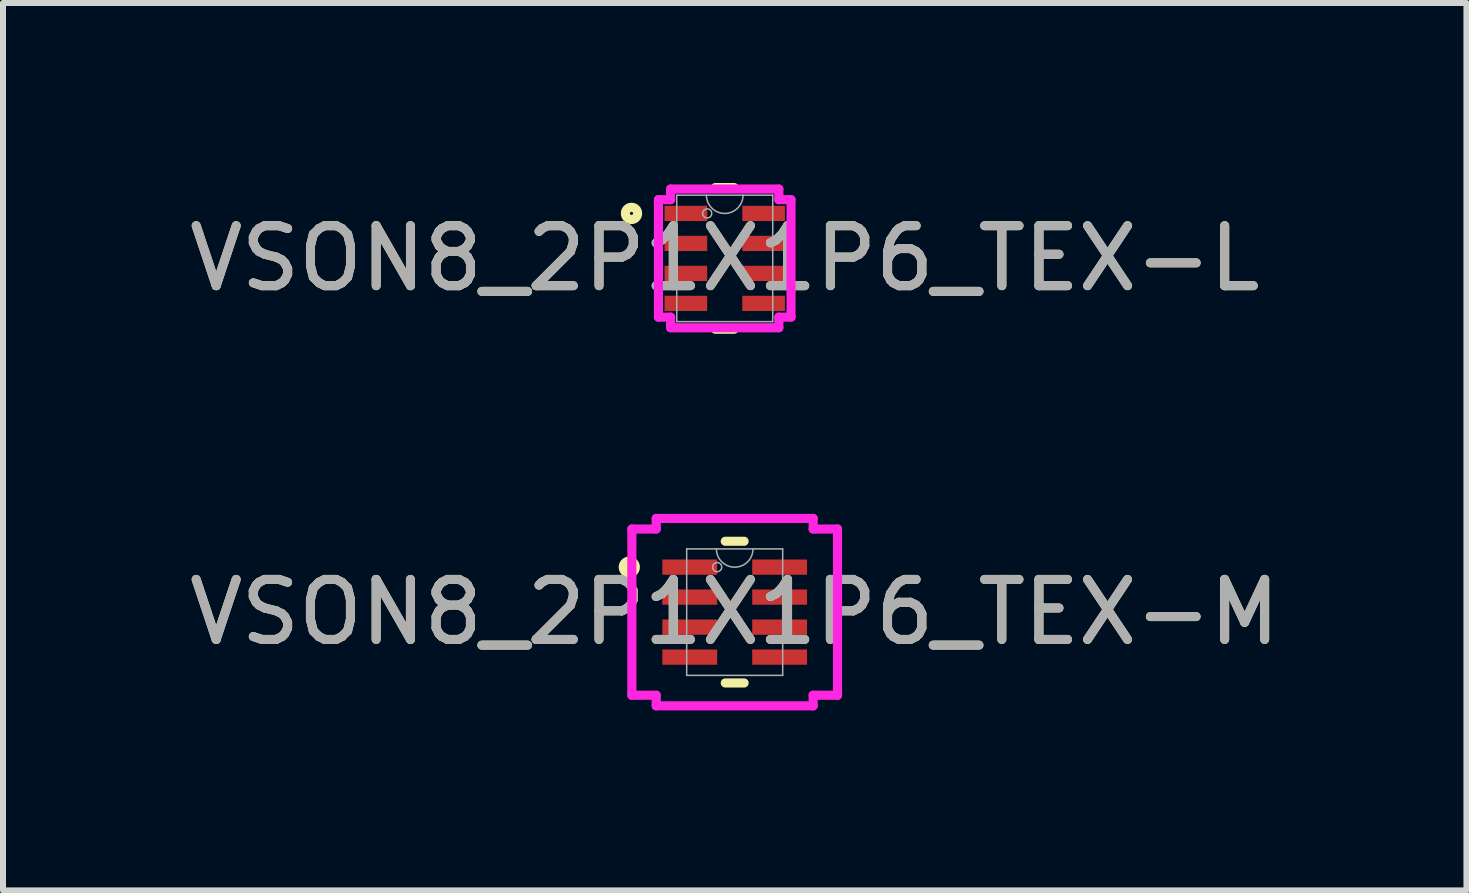
<source format=kicad_pcb>
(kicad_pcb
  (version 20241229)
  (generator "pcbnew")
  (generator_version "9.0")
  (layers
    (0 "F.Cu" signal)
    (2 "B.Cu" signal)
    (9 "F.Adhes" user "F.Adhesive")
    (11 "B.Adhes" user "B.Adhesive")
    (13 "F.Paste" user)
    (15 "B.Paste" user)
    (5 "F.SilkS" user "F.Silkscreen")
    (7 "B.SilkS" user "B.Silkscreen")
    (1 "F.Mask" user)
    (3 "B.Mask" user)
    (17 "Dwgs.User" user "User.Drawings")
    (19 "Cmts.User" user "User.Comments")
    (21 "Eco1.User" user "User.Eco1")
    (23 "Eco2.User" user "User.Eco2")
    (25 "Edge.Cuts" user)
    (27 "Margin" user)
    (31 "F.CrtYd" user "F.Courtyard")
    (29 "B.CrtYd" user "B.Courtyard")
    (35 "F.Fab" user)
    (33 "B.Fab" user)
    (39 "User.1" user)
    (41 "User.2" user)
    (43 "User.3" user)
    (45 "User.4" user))
  (footprint "VSON8_2P1X1P6_TEX-M"
    (layer "F.Cu")
    (at 9.196 7.153)
    (property "Reference" "VSON8_2P1X1P6_TEX-M" (at 0 0 0) (unlocked yes) (layer "F.SilkS") (effects (font (size 1 1) (thickness 0.15))))
    (attr smd)
    (fp_line (start -0.157 1.181) (end 0.157 1.181) (stroke (width 0.152) (type solid)) (layer "F.SilkS"))
    (fp_line (start 0.157 -1.181) (end -0.157 -1.181) (stroke (width 0.152) (type solid)) (layer "F.SilkS"))
    (fp_circle (center -1.757 -0.75) (end -1.656 -0.75) (stroke (width 0.152) (type solid)) (fill no) (layer "F.SilkS"))
    (fp_line (start -1.714 -1.385) (end -1.308 -1.385) (stroke (width 0.152) (type solid)) (layer "F.CrtYd"))
    (fp_line (start -1.714 1.385) (end -1.714 -1.385) (stroke (width 0.152) (type solid)) (layer "F.CrtYd"))
    (fp_line (start -1.714 1.385) (end -1.308 1.385) (stroke (width 0.152) (type solid)) (layer "F.CrtYd"))
    (fp_line (start -1.308 -1.562) (end 1.308 -1.562) (stroke (width 0.152) (type solid)) (layer "F.CrtYd"))
    (fp_line (start -1.308 -1.385) (end -1.308 -1.562) (stroke (width 0.152) (type solid)) (layer "F.CrtYd"))
    (fp_line (start -1.308 1.562) (end -1.308 1.385) (stroke (width 0.152) (type solid)) (layer "F.CrtYd"))
    (fp_line (start 1.308 -1.562) (end 1.308 -1.385) (stroke (width 0.152) (type solid)) (layer "F.CrtYd"))
    (fp_line (start 1.308 1.385) (end 1.308 1.562) (stroke (width 0.152) (type solid)) (layer "F.CrtYd"))
    (fp_line (start 1.308 1.562) (end -1.308 1.562) (stroke (width 0.152) (type solid)) (layer "F.CrtYd"))
    (fp_line (start 1.714 -1.385) (end 1.308 -1.385) (stroke (width 0.152) (type solid)) (layer "F.CrtYd"))
    (fp_line (start 1.714 -1.385) (end 1.714 1.385) (stroke (width 0.152) (type solid)) (layer "F.CrtYd"))
    (fp_line (start 1.714 1.385) (end 1.308 1.385) (stroke (width 0.152) (type solid)) (layer "F.CrtYd"))
    (fp_line (start -0.8 -1.054) (end -0.8 1.054) (stroke (width 0.025) (type solid)) (layer "F.Fab"))
    (fp_line (start -0.8 1.054) (end 0.8 1.054) (stroke (width 0.025) (type solid)) (layer "F.Fab"))
    (fp_line (start 0.8 -1.054) (end -0.8 -1.054) (stroke (width 0.025) (type solid)) (layer "F.Fab"))
    (fp_line (start 0.8 1.054) (end 0.8 -1.054) (stroke (width 0.025) (type solid)) (layer "F.Fab"))
    (fp_arc (start 0.3048 -1.0541) (mid 0 -0.7493) (end -0.3048 -1.0541) (stroke (width 0.0254) (type solid)) (layer "F.Fab"))
    (fp_circle (center -0.292 -0.75) (end -0.216 -0.75) (stroke (width 0.025) (type solid)) (fill no) (layer "F.Fab"))
    (fp_text user "${REFERENCE}" (at 0 0 0) (unlocked yes) (layer "F.Fab") (effects (font (size 1 1) (thickness 0.15))))
    (pad "1" smd rect (at -0.749 -0.75) (size 0.914 0.254) (layers "F.Cu" "F.Mask" "F.Paste"))
    (pad "2" smd rect (at -0.749 -0.25) (size 0.914 0.254) (layers "F.Cu" "F.Mask" "F.Paste"))
    (pad "3" smd rect (at -0.749 0.25) (size 0.914 0.254) (layers "F.Cu" "F.Mask" "F.Paste"))
    (pad "4" smd rect (at -0.749 0.75) (size 0.914 0.254) (layers "F.Cu" "F.Mask" "F.Paste"))
    (pad "5" smd rect (at 0.749 0.75) (size 0.914 0.254) (layers "F.Cu" "F.Mask" "F.Paste"))
    (pad "6" smd rect (at 0.749 0.25) (size 0.914 0.254) (layers "F.Cu" "F.Mask" "F.Paste"))
    (pad "7" smd rect (at 0.749 -0.25) (size 0.914 0.254) (layers "F.Cu" "F.Mask" "F.Paste"))
    (pad "8" smd rect (at 0.749 -0.75) (size 0.914 0.254) (layers "F.Cu" "F.Mask" "F.Paste")))
  (footprint "VSON8_2P1X1P6_TEX-L"
    (layer "F.Cu")
    (at 9.03 1.257)
    (property "Reference" "VSON8_2P1X1P6_TEX-L" (at 0 0 0) (unlocked yes) (layer "F.SilkS") (effects (font (size 1 1) (thickness 0.15))))
    (attr smd)
    (fp_line (start -0.157 1.181) (end 0.157 1.181) (stroke (width 0.152) (type solid)) (layer "F.SilkS"))
    (fp_line (start 0.157 -1.181) (end -0.157 -1.181) (stroke (width 0.152) (type solid)) (layer "F.SilkS"))
    (fp_circle (center -1.554 -0.75) (end -1.452 -0.75) (stroke (width 0.152) (type solid)) (fill no) (layer "F.SilkS"))
    (fp_line (start -1.105 -0.979) (end -0.902 -0.979) (stroke (width 0.152) (type solid)) (layer "F.CrtYd"))
    (fp_line (start -1.105 0.979) (end -1.105 -0.979) (stroke (width 0.152) (type solid)) (layer "F.CrtYd"))
    (fp_line (start -1.105 0.979) (end -0.902 0.979) (stroke (width 0.152) (type solid)) (layer "F.CrtYd"))
    (fp_line (start -0.902 -1.156) (end 0.902 -1.156) (stroke (width 0.152) (type solid)) (layer "F.CrtYd"))
    (fp_line (start -0.902 -0.979) (end -0.902 -1.156) (stroke (width 0.152) (type solid)) (layer "F.CrtYd"))
    (fp_line (start -0.902 1.156) (end -0.902 0.979) (stroke (width 0.152) (type solid)) (layer "F.CrtYd"))
    (fp_line (start 0.902 -1.156) (end 0.902 -0.979) (stroke (width 0.152) (type solid)) (layer "F.CrtYd"))
    (fp_line (start 0.902 0.979) (end 0.902 1.156) (stroke (width 0.152) (type solid)) (layer "F.CrtYd"))
    (fp_line (start 0.902 1.156) (end -0.902 1.156) (stroke (width 0.152) (type solid)) (layer "F.CrtYd"))
    (fp_line (start 1.105 -0.979) (end 0.902 -0.979) (stroke (width 0.152) (type solid)) (layer "F.CrtYd"))
    (fp_line (start 1.105 -0.979) (end 1.105 0.979) (stroke (width 0.152) (type solid)) (layer "F.CrtYd"))
    (fp_line (start 1.105 0.979) (end 0.902 0.979) (stroke (width 0.152) (type solid)) (layer "F.CrtYd"))
    (fp_line (start -0.8 -1.054) (end -0.8 1.054) (stroke (width 0.025) (type solid)) (layer "F.Fab"))
    (fp_line (start -0.8 1.054) (end 0.8 1.054) (stroke (width 0.025) (type solid)) (layer "F.Fab"))
    (fp_line (start 0.8 -1.054) (end -0.8 -1.054) (stroke (width 0.025) (type solid)) (layer "F.Fab"))
    (fp_line (start 0.8 1.054) (end 0.8 -1.054) (stroke (width 0.025) (type solid)) (layer "F.Fab"))
    (fp_arc (start 0.3048 -1.0541) (mid 0 -0.7493) (end -0.3048 -1.0541) (stroke (width 0.0254) (type solid)) (layer "F.Fab"))
    (fp_circle (center -0.292 -0.75) (end -0.216 -0.75) (stroke (width 0.025) (type solid)) (fill no) (layer "F.Fab"))
    (fp_text user "${REFERENCE}" (at 0 0 0) (unlocked yes) (layer "F.Fab") (effects (font (size 1 1) (thickness 0.15))))
    (pad "1" smd rect (at -0.648 -0.75) (size 0.711 0.254) (layers "F.Cu" "F.Mask" "F.Paste"))
    (pad "2" smd rect (at -0.648 -0.25) (size 0.711 0.254) (layers "F.Cu" "F.Mask" "F.Paste"))
    (pad "3" smd rect (at -0.648 0.25) (size 0.711 0.254) (layers "F.Cu" "F.Mask" "F.Paste"))
    (pad "4" smd rect (at -0.648 0.75) (size 0.711 0.254) (layers "F.Cu" "F.Mask" "F.Paste"))
    (pad "5" smd rect (at 0.648 0.75) (size 0.711 0.254) (layers "F.Cu" "F.Mask" "F.Paste"))
    (pad "6" smd rect (at 0.648 0.25) (size 0.711 0.254) (layers "F.Cu" "F.Mask" "F.Paste"))
    (pad "7" smd rect (at 0.648 -0.25) (size 0.711 0.254) (layers "F.Cu" "F.Mask" "F.Paste"))
    (pad "8" smd rect (at 0.648 -0.75) (size 0.711 0.254) (layers "F.Cu" "F.Mask" "F.Paste")))
  (gr_rect
    (start -3 -3)
    (end 21.393 11.791)
    (stroke (width 0.1) (type default))
    (fill no)
    (layer "Edge.Cuts")))
</source>
